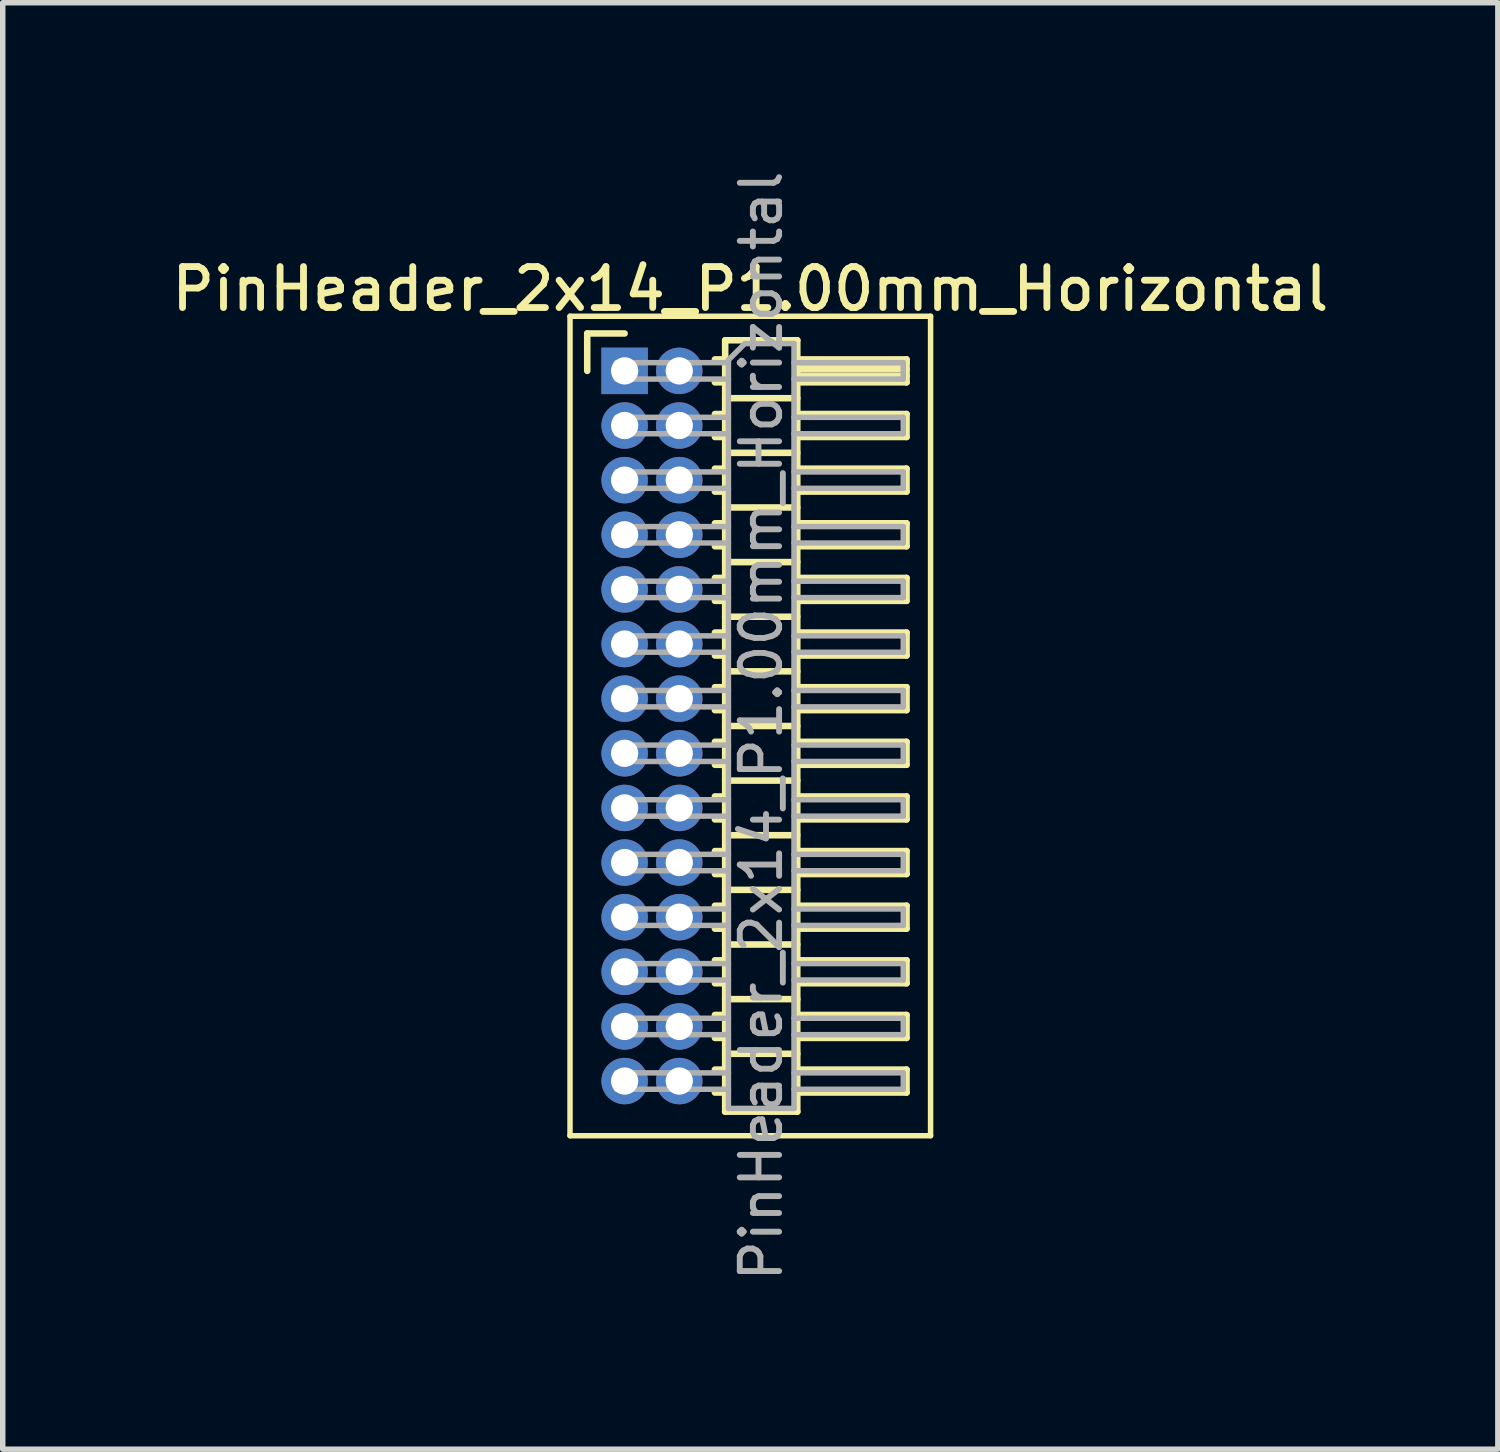
<source format=kicad_pcb>
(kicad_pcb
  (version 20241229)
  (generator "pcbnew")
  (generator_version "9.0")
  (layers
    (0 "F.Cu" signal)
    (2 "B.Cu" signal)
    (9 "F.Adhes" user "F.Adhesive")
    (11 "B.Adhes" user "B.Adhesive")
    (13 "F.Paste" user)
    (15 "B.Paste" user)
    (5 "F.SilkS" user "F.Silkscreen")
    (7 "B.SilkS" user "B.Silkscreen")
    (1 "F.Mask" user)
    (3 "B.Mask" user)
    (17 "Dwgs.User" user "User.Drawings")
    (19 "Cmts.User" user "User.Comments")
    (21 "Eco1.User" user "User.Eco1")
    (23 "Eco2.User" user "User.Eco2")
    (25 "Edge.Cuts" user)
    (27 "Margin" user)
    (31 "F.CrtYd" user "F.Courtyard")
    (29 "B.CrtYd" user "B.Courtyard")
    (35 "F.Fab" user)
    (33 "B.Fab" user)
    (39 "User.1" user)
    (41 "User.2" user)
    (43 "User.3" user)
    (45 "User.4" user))
  (footprint "PinHeader_2x14_P1.00mm_Horizontal"
    (layer "F.Cu")
    (at 8.384 3.739)
    (property "Reference" "PinHeader_2x14_P1.00mm_Horizontal" (at 2.3 -1.5 0) (layer "F.SilkS") (effects (font (size 0.75 0.75) (thickness 0.125))))
    (attr through_hole)
    (fp_line (start -1 -1) (end -1 14) (stroke (width 0.1) (type solid)) (layer "F.SilkS"))
    (fp_line (start -1 14) (end 5.6 14) (stroke (width 0.1) (type solid)) (layer "F.SilkS"))
    (fp_line (start -0.685 -0.685) (end 0 -0.685) (stroke (width 0.12) (type solid)) (layer "F.SilkS"))
    (fp_line (start -0.685 0) (end -0.685 -0.685) (stroke (width 0.12) (type solid)) (layer "F.SilkS"))
    (fp_line (start 1.652 -0.21) (end 1.84 -0.21) (stroke (width 0.12) (type solid)) (layer "F.SilkS"))
    (fp_line (start 1.652 0.21) (end 1.84 0.21) (stroke (width 0.12) (type solid)) (layer "F.SilkS"))
    (fp_line (start 1.652 0.79) (end 1.84 0.79) (stroke (width 0.12) (type solid)) (layer "F.SilkS"))
    (fp_line (start 1.652 1.21) (end 1.84 1.21) (stroke (width 0.12) (type solid)) (layer "F.SilkS"))
    (fp_line (start 1.652 1.79) (end 1.84 1.79) (stroke (width 0.12) (type solid)) (layer "F.SilkS"))
    (fp_line (start 1.652 2.21) (end 1.84 2.21) (stroke (width 0.12) (type solid)) (layer "F.SilkS"))
    (fp_line (start 1.652 2.79) (end 1.84 2.79) (stroke (width 0.12) (type solid)) (layer "F.SilkS"))
    (fp_line (start 1.652 3.21) (end 1.84 3.21) (stroke (width 0.12) (type solid)) (layer "F.SilkS"))
    (fp_line (start 1.652 3.79) (end 1.84 3.79) (stroke (width 0.12) (type solid)) (layer "F.SilkS"))
    (fp_line (start 1.652 4.21) (end 1.84 4.21) (stroke (width 0.12) (type solid)) (layer "F.SilkS"))
    (fp_line (start 1.652 4.79) (end 1.84 4.79) (stroke (width 0.12) (type solid)) (layer "F.SilkS"))
    (fp_line (start 1.652 5.21) (end 1.84 5.21) (stroke (width 0.12) (type solid)) (layer "F.SilkS"))
    (fp_line (start 1.652 5.79) (end 1.84 5.79) (stroke (width 0.12) (type solid)) (layer "F.SilkS"))
    (fp_line (start 1.652 6.21) (end 1.84 6.21) (stroke (width 0.12) (type solid)) (layer "F.SilkS"))
    (fp_line (start 1.652 6.79) (end 1.84 6.79) (stroke (width 0.12) (type solid)) (layer "F.SilkS"))
    (fp_line (start 1.652 7.21) (end 1.84 7.21) (stroke (width 0.12) (type solid)) (layer "F.SilkS"))
    (fp_line (start 1.652 7.79) (end 1.84 7.79) (stroke (width 0.12) (type solid)) (layer "F.SilkS"))
    (fp_line (start 1.652 8.21) (end 1.84 8.21) (stroke (width 0.12) (type solid)) (layer "F.SilkS"))
    (fp_line (start 1.652 8.79) (end 1.84 8.79) (stroke (width 0.12) (type solid)) (layer "F.SilkS"))
    (fp_line (start 1.652 9.21) (end 1.84 9.21) (stroke (width 0.12) (type solid)) (layer "F.SilkS"))
    (fp_line (start 1.652 9.79) (end 1.84 9.79) (stroke (width 0.12) (type solid)) (layer "F.SilkS"))
    (fp_line (start 1.652 10.21) (end 1.84 10.21) (stroke (width 0.12) (type solid)) (layer "F.SilkS"))
    (fp_line (start 1.652 10.79) (end 1.84 10.79) (stroke (width 0.12) (type solid)) (layer "F.SilkS"))
    (fp_line (start 1.652 11.21) (end 1.84 11.21) (stroke (width 0.12) (type solid)) (layer "F.SilkS"))
    (fp_line (start 1.652 11.79) (end 1.84 11.79) (stroke (width 0.12) (type solid)) (layer "F.SilkS"))
    (fp_line (start 1.652 12.21) (end 1.84 12.21) (stroke (width 0.12) (type solid)) (layer "F.SilkS"))
    (fp_line (start 1.652 12.79) (end 1.84 12.79) (stroke (width 0.12) (type solid)) (layer "F.SilkS"))
    (fp_line (start 1.652 13.21) (end 1.84 13.21) (stroke (width 0.12) (type solid)) (layer "F.SilkS"))
    (fp_line (start 1.84 -0.56) (end 1.84 13.56) (stroke (width 0.12) (type solid)) (layer "F.SilkS"))
    (fp_line (start 1.84 0.5) (end 3.16 0.5) (stroke (width 0.12) (type solid)) (layer "F.SilkS"))
    (fp_line (start 1.84 1.5) (end 3.16 1.5) (stroke (width 0.12) (type solid)) (layer "F.SilkS"))
    (fp_line (start 1.84 2.5) (end 3.16 2.5) (stroke (width 0.12) (type solid)) (layer "F.SilkS"))
    (fp_line (start 1.84 3.5) (end 3.16 3.5) (stroke (width 0.12) (type solid)) (layer "F.SilkS"))
    (fp_line (start 1.84 4.5) (end 3.16 4.5) (stroke (width 0.12) (type solid)) (layer "F.SilkS"))
    (fp_line (start 1.84 5.5) (end 3.16 5.5) (stroke (width 0.12) (type solid)) (layer "F.SilkS"))
    (fp_line (start 1.84 6.5) (end 3.16 6.5) (stroke (width 0.12) (type solid)) (layer "F.SilkS"))
    (fp_line (start 1.84 7.5) (end 3.16 7.5) (stroke (width 0.12) (type solid)) (layer "F.SilkS"))
    (fp_line (start 1.84 8.5) (end 3.16 8.5) (stroke (width 0.12) (type solid)) (layer "F.SilkS"))
    (fp_line (start 1.84 9.5) (end 3.16 9.5) (stroke (width 0.12) (type solid)) (layer "F.SilkS"))
    (fp_line (start 1.84 10.5) (end 3.16 10.5) (stroke (width 0.12) (type solid)) (layer "F.SilkS"))
    (fp_line (start 1.84 11.5) (end 3.16 11.5) (stroke (width 0.12) (type solid)) (layer "F.SilkS"))
    (fp_line (start 1.84 12.5) (end 3.16 12.5) (stroke (width 0.12) (type solid)) (layer "F.SilkS"))
    (fp_line (start 1.84 13.56) (end 3.16 13.56) (stroke (width 0.12) (type solid)) (layer "F.SilkS"))
    (fp_line (start 3.16 -0.56) (end 1.84 -0.56) (stroke (width 0.12) (type solid)) (layer "F.SilkS"))
    (fp_line (start 3.16 -0.21) (end 5.16 -0.21) (stroke (width 0.12) (type solid)) (layer "F.SilkS"))
    (fp_line (start 3.16 -0.15) (end 5.16 -0.15) (stroke (width 0.12) (type solid)) (layer "F.SilkS"))
    (fp_line (start 3.16 -0.03) (end 5.16 -0.03) (stroke (width 0.12) (type solid)) (layer "F.SilkS"))
    (fp_line (start 3.16 0.09) (end 5.16 0.09) (stroke (width 0.12) (type solid)) (layer "F.SilkS"))
    (fp_line (start 3.16 0.79) (end 5.16 0.79) (stroke (width 0.12) (type solid)) (layer "F.SilkS"))
    (fp_line (start 3.16 1.79) (end 5.16 1.79) (stroke (width 0.12) (type solid)) (layer "F.SilkS"))
    (fp_line (start 3.16 2.79) (end 5.16 2.79) (stroke (width 0.12) (type solid)) (layer "F.SilkS"))
    (fp_line (start 3.16 3.79) (end 5.16 3.79) (stroke (width 0.12) (type solid)) (layer "F.SilkS"))
    (fp_line (start 3.16 4.79) (end 5.16 4.79) (stroke (width 0.12) (type solid)) (layer "F.SilkS"))
    (fp_line (start 3.16 5.79) (end 5.16 5.79) (stroke (width 0.12) (type solid)) (layer "F.SilkS"))
    (fp_line (start 3.16 6.79) (end 5.16 6.79) (stroke (width 0.12) (type solid)) (layer "F.SilkS"))
    (fp_line (start 3.16 7.79) (end 5.16 7.79) (stroke (width 0.12) (type solid)) (layer "F.SilkS"))
    (fp_line (start 3.16 8.79) (end 5.16 8.79) (stroke (width 0.12) (type solid)) (layer "F.SilkS"))
    (fp_line (start 3.16 9.79) (end 5.16 9.79) (stroke (width 0.12) (type solid)) (layer "F.SilkS"))
    (fp_line (start 3.16 10.79) (end 5.16 10.79) (stroke (width 0.12) (type solid)) (layer "F.SilkS"))
    (fp_line (start 3.16 11.79) (end 5.16 11.79) (stroke (width 0.12) (type solid)) (layer "F.SilkS"))
    (fp_line (start 3.16 12.79) (end 5.16 12.79) (stroke (width 0.12) (type solid)) (layer "F.SilkS"))
    (fp_line (start 3.16 13.56) (end 3.16 -0.56) (stroke (width 0.12) (type solid)) (layer "F.SilkS"))
    (fp_line (start 5.16 -0.21) (end 5.16 0.21) (stroke (width 0.12) (type solid)) (layer "F.SilkS"))
    (fp_line (start 5.16 0.21) (end 3.16 0.21) (stroke (width 0.12) (type solid)) (layer "F.SilkS"))
    (fp_line (start 5.16 0.79) (end 5.16 1.21) (stroke (width 0.12) (type solid)) (layer "F.SilkS"))
    (fp_line (start 5.16 1.21) (end 3.16 1.21) (stroke (width 0.12) (type solid)) (layer "F.SilkS"))
    (fp_line (start 5.16 1.79) (end 5.16 2.21) (stroke (width 0.12) (type solid)) (layer "F.SilkS"))
    (fp_line (start 5.16 2.21) (end 3.16 2.21) (stroke (width 0.12) (type solid)) (layer "F.SilkS"))
    (fp_line (start 5.16 2.79) (end 5.16 3.21) (stroke (width 0.12) (type solid)) (layer "F.SilkS"))
    (fp_line (start 5.16 3.21) (end 3.16 3.21) (stroke (width 0.12) (type solid)) (layer "F.SilkS"))
    (fp_line (start 5.16 3.79) (end 5.16 4.21) (stroke (width 0.12) (type solid)) (layer "F.SilkS"))
    (fp_line (start 5.16 4.21) (end 3.16 4.21) (stroke (width 0.12) (type solid)) (layer "F.SilkS"))
    (fp_line (start 5.16 4.79) (end 5.16 5.21) (stroke (width 0.12) (type solid)) (layer "F.SilkS"))
    (fp_line (start 5.16 5.21) (end 3.16 5.21) (stroke (width 0.12) (type solid)) (layer "F.SilkS"))
    (fp_line (start 5.16 5.79) (end 5.16 6.21) (stroke (width 0.12) (type solid)) (layer "F.SilkS"))
    (fp_line (start 5.16 6.21) (end 3.16 6.21) (stroke (width 0.12) (type solid)) (layer "F.SilkS"))
    (fp_line (start 5.16 6.79) (end 5.16 7.21) (stroke (width 0.12) (type solid)) (layer "F.SilkS"))
    (fp_line (start 5.16 7.21) (end 3.16 7.21) (stroke (width 0.12) (type solid)) (layer "F.SilkS"))
    (fp_line (start 5.16 7.79) (end 5.16 8.21) (stroke (width 0.12) (type solid)) (layer "F.SilkS"))
    (fp_line (start 5.16 8.21) (end 3.16 8.21) (stroke (width 0.12) (type solid)) (layer "F.SilkS"))
    (fp_line (start 5.16 8.79) (end 5.16 9.21) (stroke (width 0.12) (type solid)) (layer "F.SilkS"))
    (fp_line (start 5.16 9.21) (end 3.16 9.21) (stroke (width 0.12) (type solid)) (layer "F.SilkS"))
    (fp_line (start 5.16 9.79) (end 5.16 10.21) (stroke (width 0.12) (type solid)) (layer "F.SilkS"))
    (fp_line (start 5.16 10.21) (end 3.16 10.21) (stroke (width 0.12) (type solid)) (layer "F.SilkS"))
    (fp_line (start 5.16 10.79) (end 5.16 11.21) (stroke (width 0.12) (type solid)) (layer "F.SilkS"))
    (fp_line (start 5.16 11.21) (end 3.16 11.21) (stroke (width 0.12) (type solid)) (layer "F.SilkS"))
    (fp_line (start 5.16 11.79) (end 5.16 12.21) (stroke (width 0.12) (type solid)) (layer "F.SilkS"))
    (fp_line (start 5.16 12.21) (end 3.16 12.21) (stroke (width 0.12) (type solid)) (layer "F.SilkS"))
    (fp_line (start 5.16 12.79) (end 5.16 13.21) (stroke (width 0.12) (type solid)) (layer "F.SilkS"))
    (fp_line (start 5.16 13.21) (end 3.16 13.21) (stroke (width 0.12) (type solid)) (layer "F.SilkS"))
    (fp_line (start 5.6 -1) (end -1 -1) (stroke (width 0.1) (type solid)) (layer "F.SilkS"))
    (fp_line (start 5.6 14) (end 5.6 -1) (stroke (width 0.1) (type solid)) (layer "F.SilkS"))
    (fp_line (start -0.15 -0.15) (end -0.15 0.15) (stroke (width 0.1) (type solid)) (layer "F.Fab"))
    (fp_line (start -0.15 -0.15) (end 1.9 -0.15) (stroke (width 0.1) (type solid)) (layer "F.Fab"))
    (fp_line (start -0.15 0.15) (end 1.9 0.15) (stroke (width 0.1) (type solid)) (layer "F.Fab"))
    (fp_line (start -0.15 0.85) (end -0.15 1.15) (stroke (width 0.1) (type solid)) (layer "F.Fab"))
    (fp_line (start -0.15 0.85) (end 1.9 0.85) (stroke (width 0.1) (type solid)) (layer "F.Fab"))
    (fp_line (start -0.15 1.15) (end 1.9 1.15) (stroke (width 0.1) (type solid)) (layer "F.Fab"))
    (fp_line (start -0.15 1.85) (end -0.15 2.15) (stroke (width 0.1) (type solid)) (layer "F.Fab"))
    (fp_line (start -0.15 1.85) (end 1.9 1.85) (stroke (width 0.1) (type solid)) (layer "F.Fab"))
    (fp_line (start -0.15 2.15) (end 1.9 2.15) (stroke (width 0.1) (type solid)) (layer "F.Fab"))
    (fp_line (start -0.15 2.85) (end -0.15 3.15) (stroke (width 0.1) (type solid)) (layer "F.Fab"))
    (fp_line (start -0.15 2.85) (end 1.9 2.85) (stroke (width 0.1) (type solid)) (layer "F.Fab"))
    (fp_line (start -0.15 3.15) (end 1.9 3.15) (stroke (width 0.1) (type solid)) (layer "F.Fab"))
    (fp_line (start -0.15 3.85) (end -0.15 4.15) (stroke (width 0.1) (type solid)) (layer "F.Fab"))
    (fp_line (start -0.15 3.85) (end 1.9 3.85) (stroke (width 0.1) (type solid)) (layer "F.Fab"))
    (fp_line (start -0.15 4.15) (end 1.9 4.15) (stroke (width 0.1) (type solid)) (layer "F.Fab"))
    (fp_line (start -0.15 4.85) (end -0.15 5.15) (stroke (width 0.1) (type solid)) (layer "F.Fab"))
    (fp_line (start -0.15 4.85) (end 1.9 4.85) (stroke (width 0.1) (type solid)) (layer "F.Fab"))
    (fp_line (start -0.15 5.15) (end 1.9 5.15) (stroke (width 0.1) (type solid)) (layer "F.Fab"))
    (fp_line (start -0.15 5.85) (end -0.15 6.15) (stroke (width 0.1) (type solid)) (layer "F.Fab"))
    (fp_line (start -0.15 5.85) (end 1.9 5.85) (stroke (width 0.1) (type solid)) (layer "F.Fab"))
    (fp_line (start -0.15 6.15) (end 1.9 6.15) (stroke (width 0.1) (type solid)) (layer "F.Fab"))
    (fp_line (start -0.15 6.85) (end -0.15 7.15) (stroke (width 0.1) (type solid)) (layer "F.Fab"))
    (fp_line (start -0.15 6.85) (end 1.9 6.85) (stroke (width 0.1) (type solid)) (layer "F.Fab"))
    (fp_line (start -0.15 7.15) (end 1.9 7.15) (stroke (width 0.1) (type solid)) (layer "F.Fab"))
    (fp_line (start -0.15 7.85) (end -0.15 8.15) (stroke (width 0.1) (type solid)) (layer "F.Fab"))
    (fp_line (start -0.15 7.85) (end 1.9 7.85) (stroke (width 0.1) (type solid)) (layer "F.Fab"))
    (fp_line (start -0.15 8.15) (end 1.9 8.15) (stroke (width 0.1) (type solid)) (layer "F.Fab"))
    (fp_line (start -0.15 8.85) (end -0.15 9.15) (stroke (width 0.1) (type solid)) (layer "F.Fab"))
    (fp_line (start -0.15 8.85) (end 1.9 8.85) (stroke (width 0.1) (type solid)) (layer "F.Fab"))
    (fp_line (start -0.15 9.15) (end 1.9 9.15) (stroke (width 0.1) (type solid)) (layer "F.Fab"))
    (fp_line (start -0.15 9.85) (end -0.15 10.15) (stroke (width 0.1) (type solid)) (layer "F.Fab"))
    (fp_line (start -0.15 9.85) (end 1.9 9.85) (stroke (width 0.1) (type solid)) (layer "F.Fab"))
    (fp_line (start -0.15 10.15) (end 1.9 10.15) (stroke (width 0.1) (type solid)) (layer "F.Fab"))
    (fp_line (start -0.15 10.85) (end -0.15 11.15) (stroke (width 0.1) (type solid)) (layer "F.Fab"))
    (fp_line (start -0.15 10.85) (end 1.9 10.85) (stroke (width 0.1) (type solid)) (layer "F.Fab"))
    (fp_line (start -0.15 11.15) (end 1.9 11.15) (stroke (width 0.1) (type solid)) (layer "F.Fab"))
    (fp_line (start -0.15 11.85) (end -0.15 12.15) (stroke (width 0.1) (type solid)) (layer "F.Fab"))
    (fp_line (start -0.15 11.85) (end 1.9 11.85) (stroke (width 0.1) (type solid)) (layer "F.Fab"))
    (fp_line (start -0.15 12.15) (end 1.9 12.15) (stroke (width 0.1) (type solid)) (layer "F.Fab"))
    (fp_line (start -0.15 12.85) (end -0.15 13.15) (stroke (width 0.1) (type solid)) (layer "F.Fab"))
    (fp_line (start -0.15 12.85) (end 1.9 12.85) (stroke (width 0.1) (type solid)) (layer "F.Fab"))
    (fp_line (start -0.15 13.15) (end 1.9 13.15) (stroke (width 0.1) (type solid)) (layer "F.Fab"))
    (fp_line (start 1.9 -0.2) (end 2.2 -0.5) (stroke (width 0.1) (type solid)) (layer "F.Fab"))
    (fp_line (start 1.9 13.5) (end 1.9 -0.2) (stroke (width 0.1) (type solid)) (layer "F.Fab"))
    (fp_line (start 2.2 -0.5) (end 3.1 -0.5) (stroke (width 0.1) (type solid)) (layer "F.Fab"))
    (fp_line (start 3.1 -0.5) (end 3.1 13.5) (stroke (width 0.1) (type solid)) (layer "F.Fab"))
    (fp_line (start 3.1 -0.15) (end 5.1 -0.15) (stroke (width 0.1) (type solid)) (layer "F.Fab"))
    (fp_line (start 3.1 0.15) (end 5.1 0.15) (stroke (width 0.1) (type solid)) (layer "F.Fab"))
    (fp_line (start 3.1 0.85) (end 5.1 0.85) (stroke (width 0.1) (type solid)) (layer "F.Fab"))
    (fp_line (start 3.1 1.15) (end 5.1 1.15) (stroke (width 0.1) (type solid)) (layer "F.Fab"))
    (fp_line (start 3.1 1.85) (end 5.1 1.85) (stroke (width 0.1) (type solid)) (layer "F.Fab"))
    (fp_line (start 3.1 2.15) (end 5.1 2.15) (stroke (width 0.1) (type solid)) (layer "F.Fab"))
    (fp_line (start 3.1 2.85) (end 5.1 2.85) (stroke (width 0.1) (type solid)) (layer "F.Fab"))
    (fp_line (start 3.1 3.15) (end 5.1 3.15) (stroke (width 0.1) (type solid)) (layer "F.Fab"))
    (fp_line (start 3.1 3.85) (end 5.1 3.85) (stroke (width 0.1) (type solid)) (layer "F.Fab"))
    (fp_line (start 3.1 4.15) (end 5.1 4.15) (stroke (width 0.1) (type solid)) (layer "F.Fab"))
    (fp_line (start 3.1 4.85) (end 5.1 4.85) (stroke (width 0.1) (type solid)) (layer "F.Fab"))
    (fp_line (start 3.1 5.15) (end 5.1 5.15) (stroke (width 0.1) (type solid)) (layer "F.Fab"))
    (fp_line (start 3.1 5.85) (end 5.1 5.85) (stroke (width 0.1) (type solid)) (layer "F.Fab"))
    (fp_line (start 3.1 6.15) (end 5.1 6.15) (stroke (width 0.1) (type solid)) (layer "F.Fab"))
    (fp_line (start 3.1 6.85) (end 5.1 6.85) (stroke (width 0.1) (type solid)) (layer "F.Fab"))
    (fp_line (start 3.1 7.15) (end 5.1 7.15) (stroke (width 0.1) (type solid)) (layer "F.Fab"))
    (fp_line (start 3.1 7.85) (end 5.1 7.85) (stroke (width 0.1) (type solid)) (layer "F.Fab"))
    (fp_line (start 3.1 8.15) (end 5.1 8.15) (stroke (width 0.1) (type solid)) (layer "F.Fab"))
    (fp_line (start 3.1 8.85) (end 5.1 8.85) (stroke (width 0.1) (type solid)) (layer "F.Fab"))
    (fp_line (start 3.1 9.15) (end 5.1 9.15) (stroke (width 0.1) (type solid)) (layer "F.Fab"))
    (fp_line (start 3.1 9.85) (end 5.1 9.85) (stroke (width 0.1) (type solid)) (layer "F.Fab"))
    (fp_line (start 3.1 10.15) (end 5.1 10.15) (stroke (width 0.1) (type solid)) (layer "F.Fab"))
    (fp_line (start 3.1 10.85) (end 5.1 10.85) (stroke (width 0.1) (type solid)) (layer "F.Fab"))
    (fp_line (start 3.1 11.15) (end 5.1 11.15) (stroke (width 0.1) (type solid)) (layer "F.Fab"))
    (fp_line (start 3.1 11.85) (end 5.1 11.85) (stroke (width 0.1) (type solid)) (layer "F.Fab"))
    (fp_line (start 3.1 12.15) (end 5.1 12.15) (stroke (width 0.1) (type solid)) (layer "F.Fab"))
    (fp_line (start 3.1 12.85) (end 5.1 12.85) (stroke (width 0.1) (type solid)) (layer "F.Fab"))
    (fp_line (start 3.1 13.15) (end 5.1 13.15) (stroke (width 0.1) (type solid)) (layer "F.Fab"))
    (fp_line (start 3.1 13.5) (end 1.9 13.5) (stroke (width 0.1) (type solid)) (layer "F.Fab"))
    (fp_line (start 5.1 -0.15) (end 5.1 0.15) (stroke (width 0.1) (type solid)) (layer "F.Fab"))
    (fp_line (start 5.1 0.85) (end 5.1 1.15) (stroke (width 0.1) (type solid)) (layer "F.Fab"))
    (fp_line (start 5.1 1.85) (end 5.1 2.15) (stroke (width 0.1) (type solid)) (layer "F.Fab"))
    (fp_line (start 5.1 2.85) (end 5.1 3.15) (stroke (width 0.1) (type solid)) (layer "F.Fab"))
    (fp_line (start 5.1 3.85) (end 5.1 4.15) (stroke (width 0.1) (type solid)) (layer "F.Fab"))
    (fp_line (start 5.1 4.85) (end 5.1 5.15) (stroke (width 0.1) (type solid)) (layer "F.Fab"))
    (fp_line (start 5.1 5.85) (end 5.1 6.15) (stroke (width 0.1) (type solid)) (layer "F.Fab"))
    (fp_line (start 5.1 6.85) (end 5.1 7.15) (stroke (width 0.1) (type solid)) (layer "F.Fab"))
    (fp_line (start 5.1 7.85) (end 5.1 8.15) (stroke (width 0.1) (type solid)) (layer "F.Fab"))
    (fp_line (start 5.1 8.85) (end 5.1 9.15) (stroke (width 0.1) (type solid)) (layer "F.Fab"))
    (fp_line (start 5.1 9.85) (end 5.1 10.15) (stroke (width 0.1) (type solid)) (layer "F.Fab"))
    (fp_line (start 5.1 10.85) (end 5.1 11.15) (stroke (width 0.1) (type solid)) (layer "F.Fab"))
    (fp_line (start 5.1 11.85) (end 5.1 12.15) (stroke (width 0.1) (type solid)) (layer "F.Fab"))
    (fp_line (start 5.1 12.85) (end 5.1 13.15) (stroke (width 0.1) (type solid)) (layer "F.Fab"))
    (fp_text user "${REFERENCE}" (at 2.5 6.5 90) (layer "F.Fab") (effects (font (size 0.72 0.72) (thickness 0.108))))
    (pad "1" thru_hole rect (at 0 0) (size 0.85 0.85) (drill 0.5) (layers "*.Cu" "*.Mask"))
    (pad "2" thru_hole oval (at 1 0) (size 0.85 0.85) (drill 0.5) (layers "*.Cu" "*.Mask"))
    (pad "3" thru_hole oval (at 0 1) (size 0.85 0.85) (drill 0.5) (layers "*.Cu" "*.Mask"))
    (pad "4" thru_hole oval (at 1 1) (size 0.85 0.85) (drill 0.5) (layers "*.Cu" "*.Mask"))
    (pad "5" thru_hole oval (at 0 2) (size 0.85 0.85) (drill 0.5) (layers "*.Cu" "*.Mask"))
    (pad "6" thru_hole oval (at 1 2) (size 0.85 0.85) (drill 0.5) (layers "*.Cu" "*.Mask"))
    (pad "7" thru_hole oval (at 0 3) (size 0.85 0.85) (drill 0.5) (layers "*.Cu" "*.Mask"))
    (pad "8" thru_hole oval (at 1 3) (size 0.85 0.85) (drill 0.5) (layers "*.Cu" "*.Mask"))
    (pad "9" thru_hole oval (at 0 4) (size 0.85 0.85) (drill 0.5) (layers "*.Cu" "*.Mask"))
    (pad "10" thru_hole oval (at 1 4) (size 0.85 0.85) (drill 0.5) (layers "*.Cu" "*.Mask"))
    (pad "11" thru_hole oval (at 0 5) (size 0.85 0.85) (drill 0.5) (layers "*.Cu" "*.Mask"))
    (pad "12" thru_hole oval (at 1 5) (size 0.85 0.85) (drill 0.5) (layers "*.Cu" "*.Mask"))
    (pad "13" thru_hole oval (at 0 6) (size 0.85 0.85) (drill 0.5) (layers "*.Cu" "*.Mask"))
    (pad "14" thru_hole oval (at 1 6) (size 0.85 0.85) (drill 0.5) (layers "*.Cu" "*.Mask"))
    (pad "15" thru_hole oval (at 0 7) (size 0.85 0.85) (drill 0.5) (layers "*.Cu" "*.Mask"))
    (pad "16" thru_hole oval (at 1 7) (size 0.85 0.85) (drill 0.5) (layers "*.Cu" "*.Mask"))
    (pad "17" thru_hole oval (at 0 8) (size 0.85 0.85) (drill 0.5) (layers "*.Cu" "*.Mask"))
    (pad "18" thru_hole oval (at 1 8) (size 0.85 0.85) (drill 0.5) (layers "*.Cu" "*.Mask"))
    (pad "19" thru_hole oval (at 0 9) (size 0.85 0.85) (drill 0.5) (layers "*.Cu" "*.Mask"))
    (pad "20" thru_hole oval (at 1 9) (size 0.85 0.85) (drill 0.5) (layers "*.Cu" "*.Mask"))
    (pad "21" thru_hole oval (at 0 10) (size 0.85 0.85) (drill 0.5) (layers "*.Cu" "*.Mask"))
    (pad "22" thru_hole oval (at 1 10) (size 0.85 0.85) (drill 0.5) (layers "*.Cu" "*.Mask"))
    (pad "23" thru_hole oval (at 0 11) (size 0.85 0.85) (drill 0.5) (layers "*.Cu" "*.Mask"))
    (pad "24" thru_hole oval (at 1 11) (size 0.85 0.85) (drill 0.5) (layers "*.Cu" "*.Mask"))
    (pad "25" thru_hole oval (at 0 12) (size 0.85 0.85) (drill 0.5) (layers "*.Cu" "*.Mask"))
    (pad "26" thru_hole oval (at 1 12) (size 0.85 0.85) (drill 0.5) (layers "*.Cu" "*.Mask"))
    (pad "27" thru_hole oval (at 0 13) (size 0.85 0.85) (drill 0.5) (layers "*.Cu" "*.Mask"))
    (pad "28" thru_hole oval (at 1 13) (size 0.85 0.85) (drill 0.5) (layers "*.Cu" "*.Mask")))
  (gr_rect
    (start -3 -3)
    (end 24.368 23.477)
    (stroke (width 0.1) (type default))
    (fill no)
    (layer "Edge.Cuts")))
</source>
